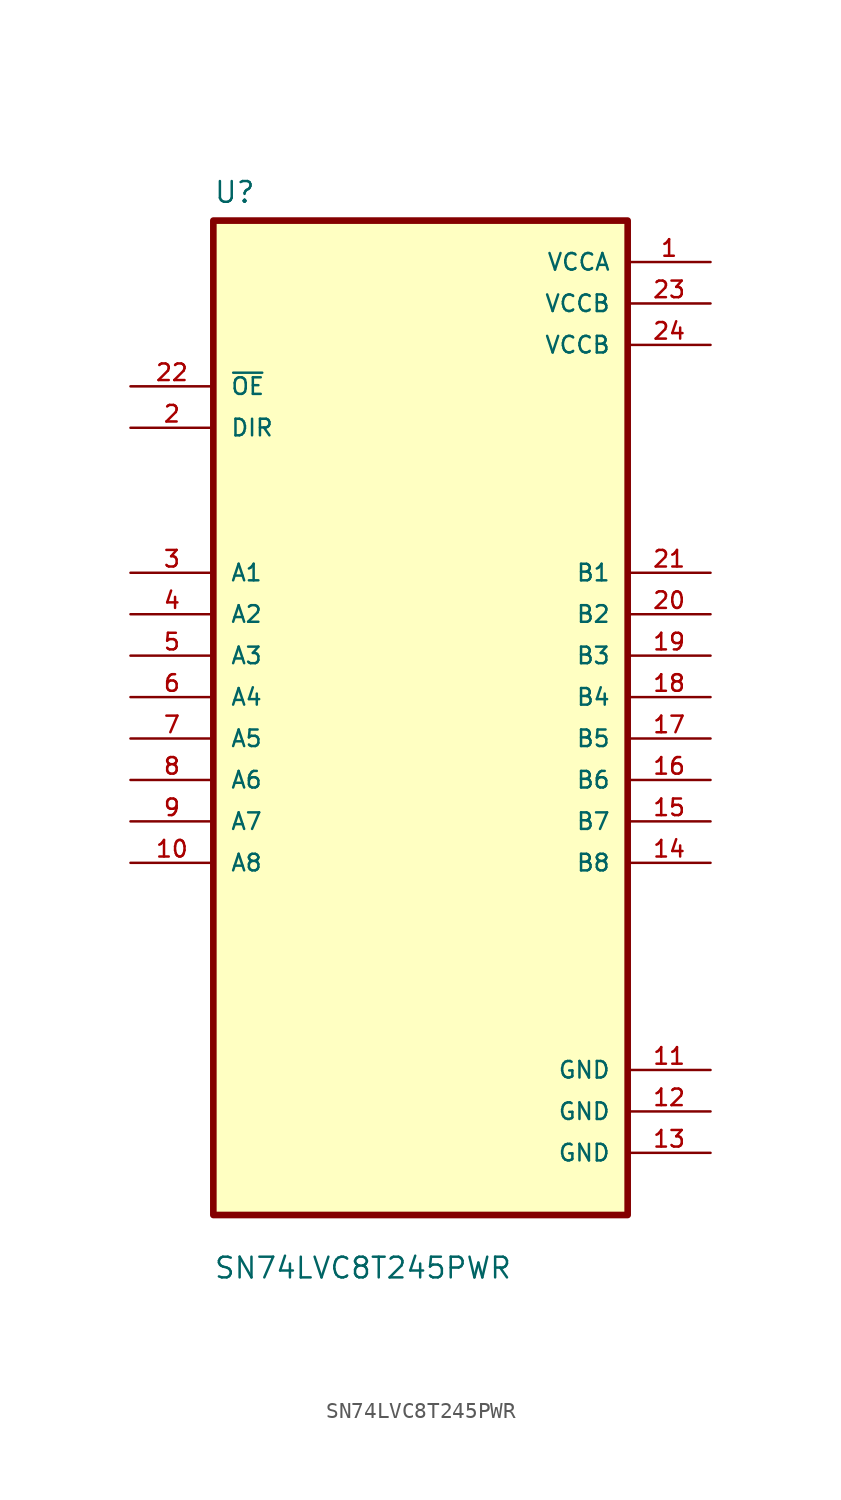
<source format=kicad_sym>
(kicad_symbol_lib
  (version 20211014)
  (generator kicad_symbol_editor)
  (symbol "SN74LVC8T245PWR"
    (pin_names
      (offset 1.016))
    (property "Reference" "U"
      (at -12.7 31.471 0)
      (effects (font (size 1.27 1.27)) (justify left bottom)))
    (property "Value" "SN74LVC8T245PWR"
      (at -12.7 -34.468 0)
      (effects (font (size 1.27 1.27)) (justify left bottom)))
    (property "ki_locked" ""
      (at 0 0 0)
      (effects (font (size 1.27 1.27))))
    (symbol "SN74LVC8T245PWR_0_0"
      (rectangle (start -12.7 -30.48) (end 12.7 30.48) (stroke (width 0.406) (type default) (color 0 0 0 0)) (fill (type background)))
      (pin power_in line (at 17.78 27.94 180) (length 5.08) (name "VCCA" (effects (font (size 1.016 1.016)))) (number "1" (effects (font (size 1.016 1.016)))))
      (pin bidirectional line (at -17.78 -8.89 0) (length 5.08) (name "A8" (effects (font (size 1.016 1.016)))) (number "10" (effects (font (size 1.016 1.016)))))
      (pin power_in line (at 17.78 -21.59 180) (length 5.08) (name "GND" (effects (font (size 1.016 1.016)))) (number "11" (effects (font (size 1.016 1.016)))))
      (pin power_in line (at 17.78 -24.13 180) (length 5.08) (name "GND" (effects (font (size 1.016 1.016)))) (number "12" (effects (font (size 1.016 1.016)))))
      (pin power_in line (at 17.78 -26.67 180) (length 5.08) (name "GND" (effects (font (size 1.016 1.016)))) (number "13" (effects (font (size 1.016 1.016)))))
      (pin bidirectional line (at 17.78 -8.89 180) (length 5.08) (name "B8" (effects (font (size 1.016 1.016)))) (number "14" (effects (font (size 1.016 1.016)))))
      (pin bidirectional line (at 17.78 -6.35 180) (length 5.08) (name "B7" (effects (font (size 1.016 1.016)))) (number "15" (effects (font (size 1.016 1.016)))))
      (pin bidirectional line (at 17.78 -3.81 180) (length 5.08) (name "B6" (effects (font (size 1.016 1.016)))) (number "16" (effects (font (size 1.016 1.016)))))
      (pin bidirectional line (at 17.78 -1.27 180) (length 5.08) (name "B5" (effects (font (size 1.016 1.016)))) (number "17" (effects (font (size 1.016 1.016)))))
      (pin bidirectional line (at 17.78 1.27 180) (length 5.08) (name "B4" (effects (font (size 1.016 1.016)))) (number "18" (effects (font (size 1.016 1.016)))))
      (pin bidirectional line (at 17.78 3.81 180) (length 5.08) (name "B3" (effects (font (size 1.016 1.016)))) (number "19" (effects (font (size 1.016 1.016)))))
      (pin input line (at -17.78 17.78 0) (length 5.08) (name "DIR" (effects (font (size 1.016 1.016)))) (number "2" (effects (font (size 1.016 1.016)))))
      (pin bidirectional line (at 17.78 6.35 180) (length 5.08) (name "B2" (effects (font (size 1.016 1.016)))) (number "20" (effects (font (size 1.016 1.016)))))
      (pin bidirectional line (at 17.78 8.89 180) (length 5.08) (name "B1" (effects (font (size 1.016 1.016)))) (number "21" (effects (font (size 1.016 1.016)))))
      (pin input line (at -17.78 20.32 0) (length 5.08) (name "~{OE}" (effects (font (size 1.016 1.016)))) (number "22" (effects (font (size 1.016 1.016)))))
      (pin power_in line (at 17.78 25.4 180) (length 5.08) (name "VCCB" (effects (font (size 1.016 1.016)))) (number "23" (effects (font (size 1.016 1.016)))))
      (pin power_in line (at 17.78 22.86 180) (length 5.08) (name "VCCB" (effects (font (size 1.016 1.016)))) (number "24" (effects (font (size 1.016 1.016)))))
      (pin bidirectional line (at -17.78 8.89 0) (length 5.08) (name "A1" (effects (font (size 1.016 1.016)))) (number "3" (effects (font (size 1.016 1.016)))))
      (pin bidirectional line (at -17.78 6.35 0) (length 5.08) (name "A2" (effects (font (size 1.016 1.016)))) (number "4" (effects (font (size 1.016 1.016)))))
      (pin bidirectional line (at -17.78 3.81 0) (length 5.08) (name "A3" (effects (font (size 1.016 1.016)))) (number "5" (effects (font (size 1.016 1.016)))))
      (pin bidirectional line (at -17.78 1.27 0) (length 5.08) (name "A4" (effects (font (size 1.016 1.016)))) (number "6" (effects (font (size 1.016 1.016)))))
      (pin bidirectional line (at -17.78 -1.27 0) (length 5.08) (name "A5" (effects (font (size 1.016 1.016)))) (number "7" (effects (font (size 1.016 1.016)))))
      (pin bidirectional line (at -17.78 -3.81 0) (length 5.08) (name "A6" (effects (font (size 1.016 1.016)))) (number "8" (effects (font (size 1.016 1.016)))))
      (pin bidirectional line (at -17.78 -6.35 0) (length 5.08) (name "A7" (effects (font (size 1.016 1.016)))) (number "9" (effects (font (size 1.016 1.016))))))))
</source>
